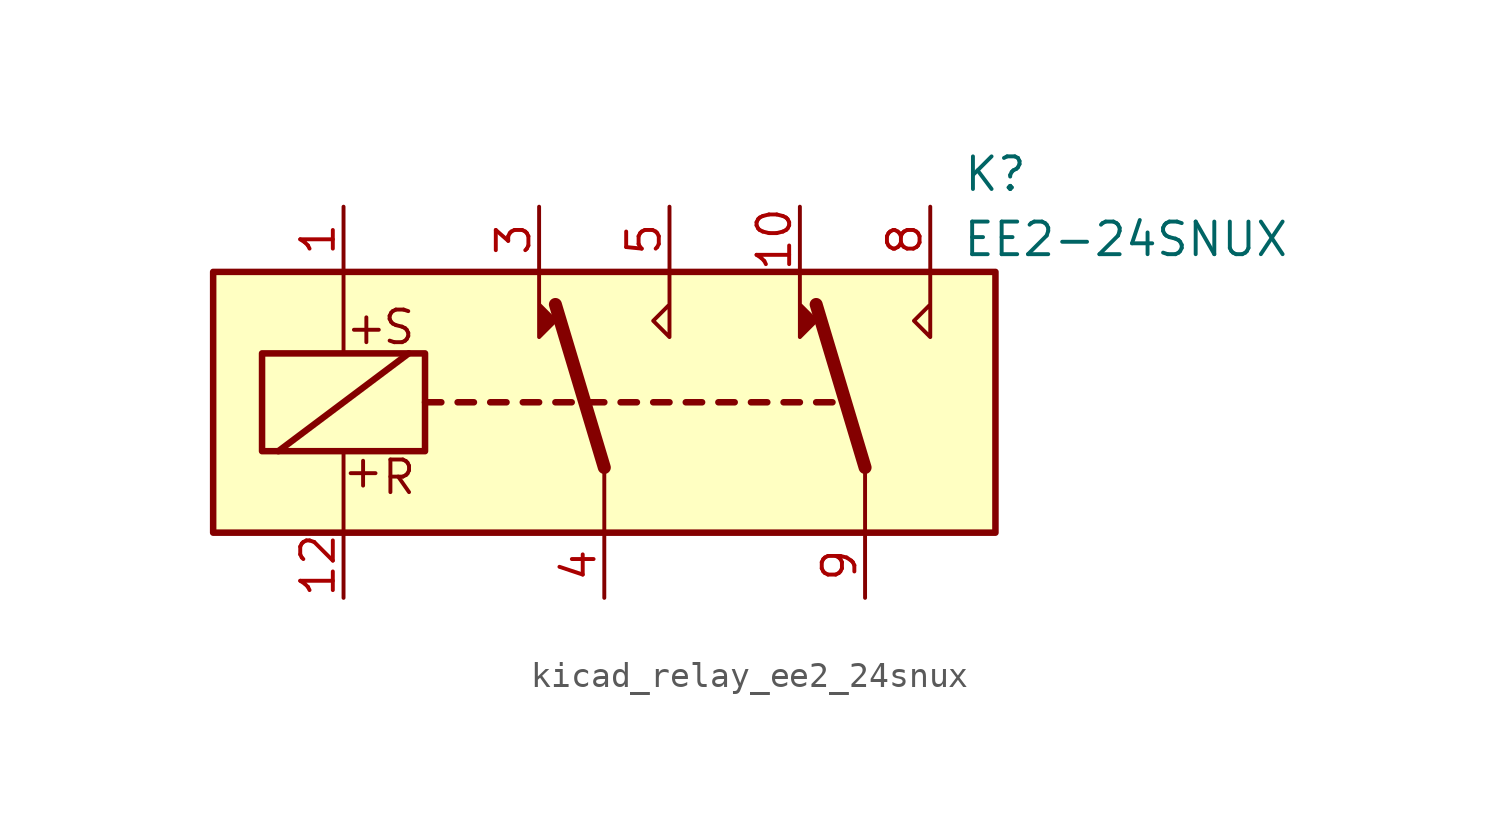
<source format=kicad_sym>
(kicad_symbol_lib
  (version 20220914)
  (generator kicad_symbol_editor)
  (symbol "kicad_relay_ee2_24snux"
    (property "Reference" "K"
      (at 15.24 8.89 0)
      (effects (font (size 1.27 1.27))))
    (property "Value" "EE2-24SNUX"
      (at 20.32 6.35 0)
      (effects (font (size 1.27 1.27))))
    (symbol "kicad_relay_ee2_24snux_1_1"
      (rectangle (start -15.24 5.08) (end 15.24 -5.08) (stroke (width 0.254) (type default)) (fill (type background)))
      (rectangle (start -13.335 1.905) (end -6.985 -1.905) (stroke (width 0.254) (type default)) (fill (type none)))
      (polyline (pts (xy -12.7 -1.905) (xy -7.62 1.905)) (stroke (width 0.254) (type default)) (fill (type none)))
      (polyline (pts (xy -10.16 -5.08) (xy -10.16 -1.905)) (stroke (width 0) (type default)) (fill (type none)))
      (polyline (pts (xy -10.16 5.08) (xy -10.16 1.905)) (stroke (width 0) (type default)) (fill (type none)))
      (polyline (pts (xy -6.985 0) (xy -6.35 0)) (stroke (width 0.254) (type default)) (fill (type none)))
      (polyline (pts (xy -5.715 0) (xy -5.08 0)) (stroke (width 0.254) (type default)) (fill (type none)))
      (polyline (pts (xy -4.445 0) (xy -3.81 0)) (stroke (width 0.254) (type default)) (fill (type none)))
      (polyline (pts (xy -3.175 0) (xy -2.54 0)) (stroke (width 0.254) (type default)) (fill (type none)))
      (polyline (pts (xy -1.905 0) (xy -1.27 0)) (stroke (width 0.254) (type default)) (fill (type none)))
      (polyline (pts (xy -0.635 0) (xy 0 0)) (stroke (width 0.254) (type default)) (fill (type none)))
      (polyline (pts (xy 0 -2.54) (xy -1.905 3.81)) (stroke (width 0.508) (type default)) (fill (type none)))
      (polyline (pts (xy 0 -2.54) (xy 0 -5.08)) (stroke (width 0) (type default)) (fill (type none)))
      (polyline (pts (xy 0.635 0) (xy 1.27 0)) (stroke (width 0.254) (type default)) (fill (type none)))
      (polyline (pts (xy 1.905 0) (xy 2.54 0)) (stroke (width 0.254) (type default)) (fill (type none)))
      (polyline (pts (xy 3.175 0) (xy 3.81 0)) (stroke (width 0.254) (type default)) (fill (type none)))
      (polyline (pts (xy 4.445 0) (xy 5.08 0)) (stroke (width 0.254) (type default)) (fill (type none)))
      (polyline (pts (xy 5.715 0) (xy 6.35 0)) (stroke (width 0.254) (type default)) (fill (type none)))
      (polyline (pts (xy 6.985 0) (xy 7.62 0)) (stroke (width 0.254) (type default)) (fill (type none)))
      (polyline (pts (xy 8.255 0) (xy 8.89 0)) (stroke (width 0.254) (type default)) (fill (type none)))
      (polyline (pts (xy 10.16 -2.54) (xy 8.255 3.81)) (stroke (width 0.508) (type default)) (fill (type none)))
      (polyline (pts (xy 10.16 -2.54) (xy 10.16 -5.08)) (stroke (width 0) (type default)) (fill (type none)))
      (polyline (pts (xy -2.54 5.08) (xy -2.54 2.54) (xy -1.905 3.175) (xy -2.54 3.81)) (stroke (width 0) (type default)) (fill (type outline)))
      (polyline (pts (xy 2.54 5.08) (xy 2.54 2.54) (xy 1.905 3.175) (xy 2.54 3.81)) (stroke (width 0) (type default)) (fill (type none)))
      (polyline (pts (xy 7.62 5.08) (xy 7.62 2.54) (xy 8.255 3.175) (xy 7.62 3.81)) (stroke (width 0) (type default)) (fill (type outline)))
      (polyline (pts (xy 12.7 5.08) (xy 12.7 2.54) (xy 12.065 3.175) (xy 12.7 3.81)) (stroke (width 0) (type default)) (fill (type none)))
      (text "+" (at -9.398 -2.667 0) (effects (font (size 1.27 1.27))))
      (text "+" (at -9.271 2.921 0) (effects (font (size 1.27 1.27))))
      (text "R" (at -8.001 -2.921 0) (effects (font (size 1.27 1.27))))
      (text "S" (at -8.001 2.921 0) (effects (font (size 1.27 1.27))))
      (pin passive line (at -10.16 7.62 270) (length 2.54) (name "~" (effects (font (size 1.27 1.27)))) (number "1" (effects (font (size 1.27 1.27)))))
      (pin passive line (at 7.62 7.62 270) (length 2.54) (name "~" (effects (font (size 1.27 1.27)))) (number "10" (effects (font (size 1.27 1.27)))))
      (pin passive line (at -10.16 -7.62 90) (length 2.54) (name "~" (effects (font (size 1.27 1.27)))) (number "12" (effects (font (size 1.27 1.27)))))
      (pin passive line (at -2.54 7.62 270) (length 2.54) (name "~" (effects (font (size 1.27 1.27)))) (number "3" (effects (font (size 1.27 1.27)))))
      (pin passive line (at 0 -7.62 90) (length 2.54) (name "~" (effects (font (size 1.27 1.27)))) (number "4" (effects (font (size 1.27 1.27)))))
      (pin passive line (at 2.54 7.62 270) (length 2.54) (name "~" (effects (font (size 1.27 1.27)))) (number "5" (effects (font (size 1.27 1.27)))))
      (pin passive line (at 12.7 7.62 270) (length 2.54) (name "~" (effects (font (size 1.27 1.27)))) (number "8" (effects (font (size 1.27 1.27)))))
      (pin passive line (at 10.16 -7.62 90) (length 2.54) (name "~" (effects (font (size 1.27 1.27)))) (number "9" (effects (font (size 1.27 1.27))))))))
</source>
